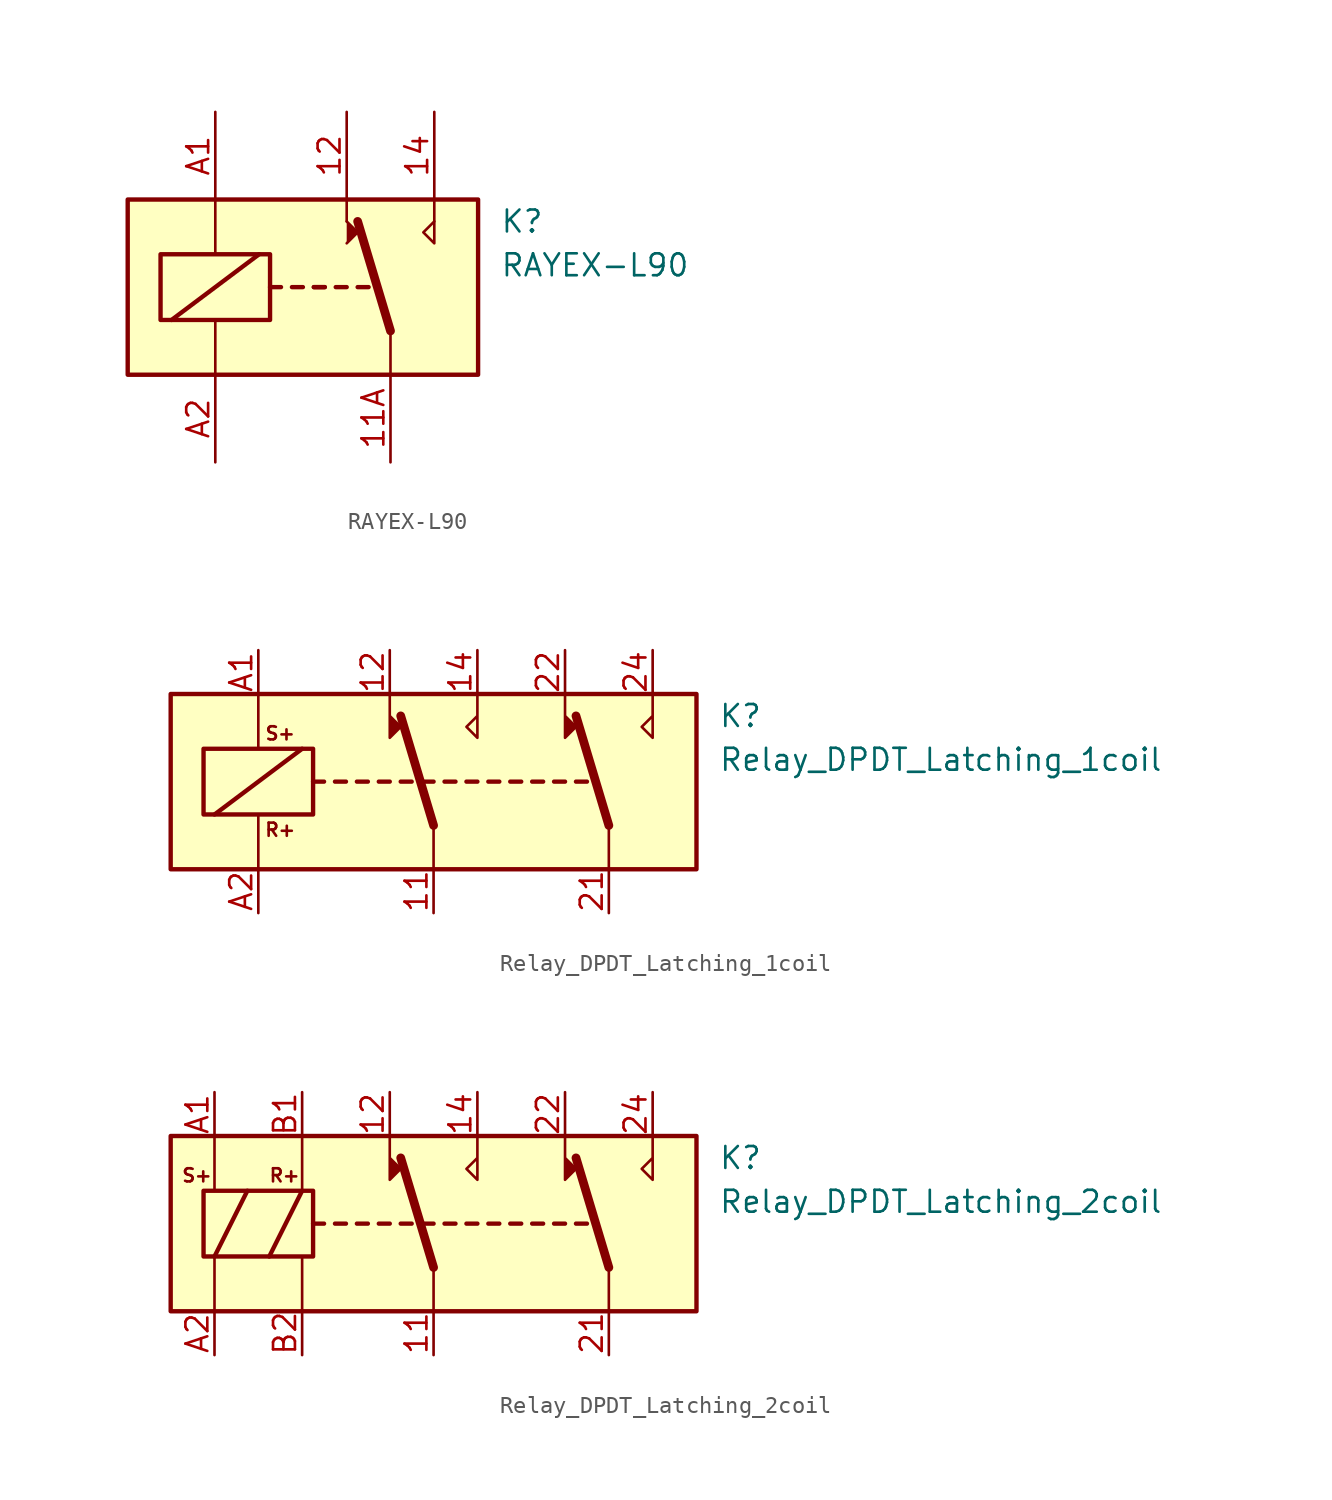
<source format=kicad_sym>
(kicad_symbol_lib
  (version 20231120)
  (generator "kicad_symbol_editor")
  (generator_version "8.0")
  (symbol "RAYEX-L90"
    (property "Reference" "K"
      (at 11.43 3.81 0)
      (effects (font (size 1.27 1.27)) (justify left)))
    (property "Value" "RAYEX-L90"
      (at 11.43 1.27 0)
      (effects (font (size 1.27 1.27)) (justify left)))
    (symbol "RAYEX-L90_1_0"
      (polyline (pts (xy 2.54 3.81) (xy 2.54 5.08)) (stroke (width 0) (type default)) (fill (type none)))
      (polyline (pts (xy 7.62 3.81) (xy 7.62 5.08)) (stroke (width 0) (type default)) (fill (type none)))
      (polyline (pts (xy 7.62 3.81) (xy 7.62 2.54) (xy 6.985 3.175) (xy 7.62 3.81)) (stroke (width 0) (type default)) (fill (type none))))
    (symbol "RAYEX-L90_1_1"
      (rectangle (start -10.16 5.08) (end 10.16 -5.08) (stroke (width 0.254) (type default)) (fill (type background)))
      (rectangle (start -8.255 1.905) (end -1.905 -1.905) (stroke (width 0.254) (type default)) (fill (type none)))
      (polyline (pts (xy -7.62 -1.905) (xy -2.54 1.905)) (stroke (width 0.254) (type default)) (fill (type none)))
      (polyline (pts (xy -5.08 -5.08) (xy -5.08 -1.905)) (stroke (width 0) (type default)) (fill (type none)))
      (polyline (pts (xy -5.08 5.08) (xy -5.08 1.905)) (stroke (width 0) (type default)) (fill (type none)))
      (polyline (pts (xy -1.905 0) (xy -1.27 0)) (stroke (width 0.254) (type default)) (fill (type none)))
      (polyline (pts (xy -0.635 0) (xy 0 0)) (stroke (width 0.254) (type default)) (fill (type none)))
      (polyline (pts (xy 0.635 0) (xy 1.27 0)) (stroke (width 0.254) (type default)) (fill (type none)))
      (polyline (pts (xy 0.635 0) (xy 1.27 0)) (stroke (width 0.254) (type default)) (fill (type none)))
      (polyline (pts (xy 1.905 0) (xy 2.54 0)) (stroke (width 0.254) (type default)) (fill (type none)))
      (polyline (pts (xy 3.175 0) (xy 3.81 0)) (stroke (width 0.254) (type default)) (fill (type none)))
      (polyline (pts (xy 5.08 -2.54) (xy 3.175 3.81)) (stroke (width 0.508) (type default)) (fill (type none)))
      (polyline (pts (xy 5.08 -2.54) (xy 5.08 -5.08)) (stroke (width 0) (type default)) (fill (type none)))
      (polyline (pts (xy 2.54 2.54) (xy 3.175 3.175) (xy 2.54 3.81)) (stroke (width 0) (type default)) (fill (type outline)))
      (pin passive line (at 5.08 -10.16 90) (length 5.08) (name "~" (effects (font (size 1.27 1.27)))) (number "11A" (effects (font (size 1.27 1.27)))))
      (pin passive line (at 5.08 -10.16 90) (length 5.08) hide (name "~" (effects (font (size 1.27 1.27)))) (number "11B" (effects (font (size 1.27 1.27)))))
      (pin passive line (at 2.54 10.16 270) (length 5.08) (name "~" (effects (font (size 1.27 1.27)))) (number "12" (effects (font (size 1.27 1.27)))))
      (pin passive line (at 7.62 10.16 270) (length 5.08) (name "~" (effects (font (size 1.27 1.27)))) (number "14" (effects (font (size 1.27 1.27)))))
      (pin passive line (at -5.08 10.16 270) (length 5.08) (name "~" (effects (font (size 1.27 1.27)))) (number "A1" (effects (font (size 1.27 1.27)))))
      (pin passive line (at -5.08 -10.16 90) (length 5.08) (name "~" (effects (font (size 1.27 1.27)))) (number "A2" (effects (font (size 1.27 1.27)))))))
  (symbol "Relay_DPDT_Latching_1coil"
    (property "Reference" "K"
      (at 16.51 3.81 0)
      (effects (font (size 1.27 1.27)) (justify left)))
    (property "Value" "Relay_DPDT_Latching_1coil"
      (at 16.51 1.27 0)
      (effects (font (size 1.27 1.27)) (justify left)))
    (symbol "Relay_DPDT_Latching_1coil_0_1"
      (rectangle (start -13.335 1.905) (end -6.985 -1.905) (stroke (width 0.254) (type default)) (fill (type none)))
      (polyline (pts (xy -12.7 -1.905) (xy -7.62 1.905)) (stroke (width 0.254) (type default)) (fill (type none)))
      (polyline (pts (xy -10.16 -5.08) (xy -10.16 -1.905)) (stroke (width 0) (type default)) (fill (type none)))
      (polyline (pts (xy -10.16 5.08) (xy -10.16 1.905)) (stroke (width 0) (type default)) (fill (type none)))
      (polyline (pts (xy -6.985 0) (xy -6.35 0)) (stroke (width 0.254) (type default)) (fill (type none)))
      (polyline (pts (xy -5.715 0) (xy -5.08 0)) (stroke (width 0.254) (type default)) (fill (type none)))
      (polyline (pts (xy -4.445 0) (xy -3.81 0)) (stroke (width 0.254) (type default)) (fill (type none)))
      (polyline (pts (xy -3.175 0) (xy -2.54 0)) (stroke (width 0.254) (type default)) (fill (type none)))
      (polyline (pts (xy -1.905 0) (xy -1.27 0)) (stroke (width 0.254) (type default)) (fill (type none)))
      (polyline (pts (xy -0.635 0) (xy 0 0)) (stroke (width 0.254) (type default)) (fill (type none)))
      (polyline (pts (xy 0 -2.54) (xy -1.905 3.81)) (stroke (width 0.508) (type default)) (fill (type none)))
      (polyline (pts (xy 0 -2.54) (xy 0 -5.08)) (stroke (width 0) (type default)) (fill (type none)))
      (polyline (pts (xy 0.635 0) (xy 1.27 0)) (stroke (width 0.254) (type default)) (fill (type none)))
      (polyline (pts (xy 1.905 0) (xy 2.54 0)) (stroke (width 0.254) (type default)) (fill (type none)))
      (polyline (pts (xy 3.175 0) (xy 3.81 0)) (stroke (width 0.254) (type default)) (fill (type none)))
      (polyline (pts (xy 4.445 0) (xy 5.08 0)) (stroke (width 0.254) (type default)) (fill (type none)))
      (polyline (pts (xy 5.715 0) (xy 6.35 0)) (stroke (width 0.254) (type default)) (fill (type none)))
      (polyline (pts (xy 6.985 0) (xy 7.62 0)) (stroke (width 0.254) (type default)) (fill (type none)))
      (polyline (pts (xy 8.255 0) (xy 8.89 0)) (stroke (width 0.254) (type default)) (fill (type none)))
      (polyline (pts (xy 10.16 -2.54) (xy 8.255 3.81)) (stroke (width 0.508) (type default)) (fill (type none)))
      (polyline (pts (xy 10.16 -2.54) (xy 10.16 -5.08)) (stroke (width 0) (type default)) (fill (type none)))
      (polyline (pts (xy -2.54 5.08) (xy -2.54 2.54) (xy -1.905 3.175) (xy -2.54 3.81)) (stroke (width 0) (type default)) (fill (type outline)))
      (polyline (pts (xy 2.54 5.08) (xy 2.54 2.54) (xy 1.905 3.175) (xy 2.54 3.81)) (stroke (width 0) (type default)) (fill (type none)))
      (polyline (pts (xy 7.62 5.08) (xy 7.62 2.54) (xy 8.255 3.175) (xy 7.62 3.81)) (stroke (width 0) (type default)) (fill (type outline)))
      (polyline (pts (xy 12.7 5.08) (xy 12.7 2.54) (xy 12.065 3.175) (xy 12.7 3.81)) (stroke (width 0) (type default)) (fill (type none))))
    (symbol "Relay_DPDT_Latching_1coil_1_0"
      (text "R+" (at -8.89 -2.794 0) (effects (font (size 0.762 0.762))))
      (text "S+" (at -8.89 2.794 0) (effects (font (size 0.762 0.762)))))
    (symbol "Relay_DPDT_Latching_1coil_1_1"
      (rectangle (start -15.24 5.08) (end 15.24 -5.08) (stroke (width 0.254) (type default)) (fill (type background)))
      (pin passive line (at 0 -7.62 90) (length 2.54) (name "~" (effects (font (size 1.27 1.27)))) (number "11" (effects (font (size 1.27 1.27)))))
      (pin passive line (at -2.54 7.62 270) (length 2.54) (name "~" (effects (font (size 1.27 1.27)))) (number "12" (effects (font (size 1.27 1.27)))))
      (pin passive line (at 2.54 7.62 270) (length 2.54) (name "~" (effects (font (size 1.27 1.27)))) (number "14" (effects (font (size 1.27 1.27)))))
      (pin passive line (at 10.16 -7.62 90) (length 2.54) (name "~" (effects (font (size 1.27 1.27)))) (number "21" (effects (font (size 1.27 1.27)))))
      (pin passive line (at 7.62 7.62 270) (length 2.54) (name "~" (effects (font (size 1.27 1.27)))) (number "22" (effects (font (size 1.27 1.27)))))
      (pin passive line (at 12.7 7.62 270) (length 2.54) (name "~" (effects (font (size 1.27 1.27)))) (number "24" (effects (font (size 1.27 1.27)))))
      (pin passive line (at -10.16 7.62 270) (length 2.54) (name "~" (effects (font (size 1.27 1.27)))) (number "A1" (effects (font (size 1.27 1.27)))))
      (pin passive line (at -10.16 -7.62 90) (length 2.54) (name "~" (effects (font (size 1.27 1.27)))) (number "A2" (effects (font (size 1.27 1.27)))))))
  (symbol "Relay_DPDT_Latching_2coil"
    (property "Reference" "K"
      (at 16.51 3.81 0)
      (effects (font (size 1.27 1.27)) (justify left)))
    (property "Value" "Relay_DPDT_Latching_2coil"
      (at 16.51 1.27 0)
      (effects (font (size 1.27 1.27)) (justify left)))
    (symbol "Relay_DPDT_Latching_2coil_0_0"
      (polyline (pts (xy -2.54 5.08) (xy -2.54 2.54) (xy -1.905 3.175) (xy -2.54 3.81)) (stroke (width 0) (type default)) (fill (type outline)))
      (polyline (pts (xy 2.54 5.08) (xy 2.54 2.54) (xy 1.905 3.175) (xy 2.54 3.81)) (stroke (width 0) (type default)) (fill (type none)))
      (polyline (pts (xy 7.62 5.08) (xy 7.62 2.54) (xy 8.255 3.175) (xy 7.62 3.81)) (stroke (width 0) (type default)) (fill (type outline)))
      (polyline (pts (xy 12.7 5.08) (xy 12.7 2.54) (xy 12.065 3.175) (xy 12.7 3.81)) (stroke (width 0) (type default)) (fill (type none))))
    (symbol "Relay_DPDT_Latching_2coil_0_1"
      (rectangle (start -13.335 1.905) (end -6.985 -1.905) (stroke (width 0.254) (type default)) (fill (type none)))
      (polyline (pts (xy -12.7 -5.08) (xy -12.7 -1.905)) (stroke (width 0) (type default)) (fill (type none)))
      (polyline (pts (xy -12.7 5.08) (xy -12.7 1.905)) (stroke (width 0) (type default)) (fill (type none)))
      (polyline (pts (xy -7.62 -5.08) (xy -7.62 -1.905)) (stroke (width 0) (type default)) (fill (type none)))
      (polyline (pts (xy -7.62 5.08) (xy -7.62 1.905)) (stroke (width 0) (type default)) (fill (type none)))
      (polyline (pts (xy -6.985 0) (xy -6.35 0)) (stroke (width 0.254) (type default)) (fill (type none)))
      (polyline (pts (xy -5.715 0) (xy -5.08 0)) (stroke (width 0.254) (type default)) (fill (type none)))
      (polyline (pts (xy -4.445 0) (xy -3.81 0)) (stroke (width 0.254) (type default)) (fill (type none)))
      (polyline (pts (xy -3.175 0) (xy -2.54 0)) (stroke (width 0.254) (type default)) (fill (type none)))
      (polyline (pts (xy -1.905 0) (xy -1.27 0)) (stroke (width 0.254) (type default)) (fill (type none)))
      (polyline (pts (xy -0.635 0) (xy 0 0)) (stroke (width 0.254) (type default)) (fill (type none)))
      (polyline (pts (xy 0 -2.54) (xy -1.905 3.81)) (stroke (width 0.508) (type default)) (fill (type none)))
      (polyline (pts (xy 0 -2.54) (xy 0 -5.08)) (stroke (width 0) (type default)) (fill (type none)))
      (polyline (pts (xy 0.635 0) (xy 1.27 0)) (stroke (width 0.254) (type default)) (fill (type none)))
      (polyline (pts (xy 1.905 0) (xy 2.54 0)) (stroke (width 0.254) (type default)) (fill (type none)))
      (polyline (pts (xy 3.175 0) (xy 3.81 0)) (stroke (width 0.254) (type default)) (fill (type none)))
      (polyline (pts (xy 4.445 0) (xy 5.08 0)) (stroke (width 0.254) (type default)) (fill (type none)))
      (polyline (pts (xy 5.715 0) (xy 6.35 0)) (stroke (width 0.254) (type default)) (fill (type none)))
      (polyline (pts (xy 6.985 0) (xy 7.62 0)) (stroke (width 0.254) (type default)) (fill (type none)))
      (polyline (pts (xy 8.255 0) (xy 8.89 0)) (stroke (width 0.254) (type default)) (fill (type none)))
      (polyline (pts (xy 10.16 -2.54) (xy 8.255 3.81)) (stroke (width 0.508) (type default)) (fill (type none)))
      (polyline (pts (xy 10.16 -2.54) (xy 10.16 -5.08)) (stroke (width 0) (type default)) (fill (type none))))
    (symbol "Relay_DPDT_Latching_2coil_1_0"
      (text "R+" (at -8.636 2.794 0) (effects (font (size 0.762 0.762))))
      (text "S+" (at -13.716 2.794 0) (effects (font (size 0.762 0.762)))))
    (symbol "Relay_DPDT_Latching_2coil_1_1"
      (rectangle (start -15.24 5.08) (end 15.24 -5.08) (stroke (width 0.254) (type default)) (fill (type background)))
      (polyline (pts (xy -12.7 -1.905) (xy -10.795 1.905)) (stroke (width 0.254) (type default)) (fill (type none)))
      (polyline (pts (xy -9.525 -1.905) (xy -7.62 1.905)) (stroke (width 0.254) (type default)) (fill (type none)))
      (pin passive line (at 0 -7.62 90) (length 2.54) (name "~" (effects (font (size 1.27 1.27)))) (number "11" (effects (font (size 1.27 1.27)))))
      (pin passive line (at -2.54 7.62 270) (length 2.54) (name "~" (effects (font (size 1.27 1.27)))) (number "12" (effects (font (size 1.27 1.27)))))
      (pin passive line (at 2.54 7.62 270) (length 2.54) (name "~" (effects (font (size 1.27 1.27)))) (number "14" (effects (font (size 1.27 1.27)))))
      (pin passive line (at 10.16 -7.62 90) (length 2.54) (name "~" (effects (font (size 1.27 1.27)))) (number "21" (effects (font (size 1.27 1.27)))))
      (pin passive line (at 7.62 7.62 270) (length 2.54) (name "~" (effects (font (size 1.27 1.27)))) (number "22" (effects (font (size 1.27 1.27)))))
      (pin passive line (at 12.7 7.62 270) (length 2.54) (name "~" (effects (font (size 1.27 1.27)))) (number "24" (effects (font (size 1.27 1.27)))))
      (pin passive line (at -12.7 7.62 270) (length 2.54) (name "~" (effects (font (size 1.27 1.27)))) (number "A1" (effects (font (size 1.27 1.27)))))
      (pin passive line (at -12.7 -7.62 90) (length 2.54) (name "~" (effects (font (size 1.27 1.27)))) (number "A2" (effects (font (size 1.27 1.27)))))
      (pin passive line (at -7.62 7.62 270) (length 2.54) (name "~" (effects (font (size 1.27 1.27)))) (number "B1" (effects (font (size 1.27 1.27)))))
      (pin passive line (at -7.62 -7.62 90) (length 2.54) (name "~" (effects (font (size 1.27 1.27)))) (number "B2" (effects (font (size 1.27 1.27))))))))
</source>
